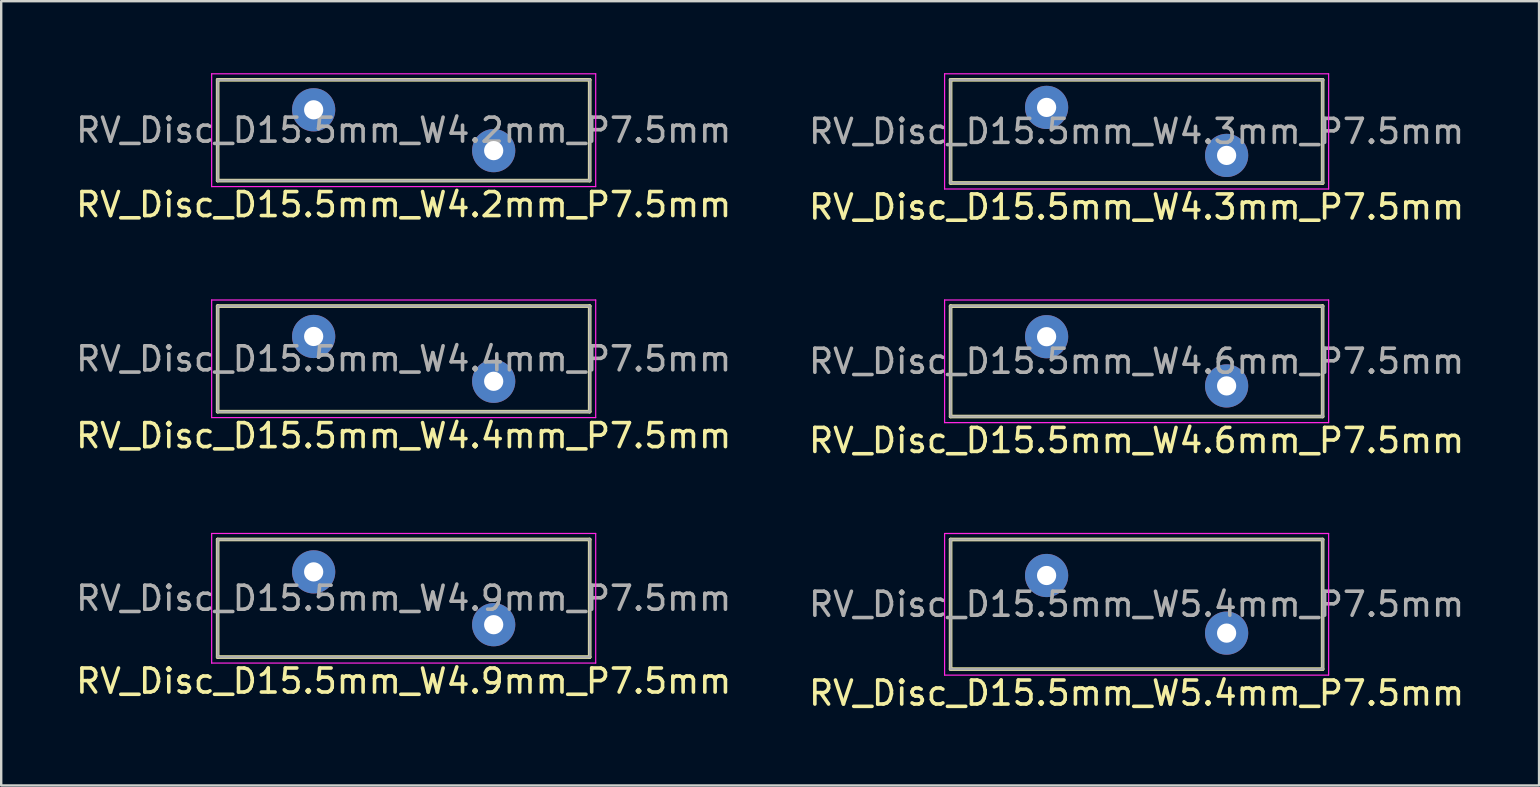
<source format=kicad_pcb>
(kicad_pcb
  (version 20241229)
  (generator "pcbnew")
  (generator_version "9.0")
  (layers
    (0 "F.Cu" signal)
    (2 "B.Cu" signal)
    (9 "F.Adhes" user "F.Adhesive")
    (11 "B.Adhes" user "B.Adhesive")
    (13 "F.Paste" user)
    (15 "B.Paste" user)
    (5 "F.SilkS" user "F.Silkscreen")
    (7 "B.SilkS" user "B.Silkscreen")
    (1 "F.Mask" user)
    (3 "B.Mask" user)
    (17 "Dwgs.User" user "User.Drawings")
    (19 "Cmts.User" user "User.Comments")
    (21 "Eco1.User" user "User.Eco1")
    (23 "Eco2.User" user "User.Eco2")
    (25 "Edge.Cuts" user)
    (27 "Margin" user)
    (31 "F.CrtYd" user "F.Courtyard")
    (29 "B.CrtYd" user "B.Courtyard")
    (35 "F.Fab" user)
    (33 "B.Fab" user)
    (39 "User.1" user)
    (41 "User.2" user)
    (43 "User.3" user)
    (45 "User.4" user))
  (footprint "RV_Disc_D15.5mm_W4.3mm_P7.5mm"
    (layer "F.Cu")
    (at 40.554 1.425)
    (property "Reference" "RV_Disc_D15.5mm_W4.3mm_P7.5mm" (at 3.75 4.15 0) (layer "F.SilkS") (effects (font (size 1 1) (thickness 0.15))))
    (attr through_hole)
    (fp_line (start -4 -1.15) (end -4 3.15) (stroke (width 0.15) (type solid)) (layer "F.SilkS"))
    (fp_line (start -4 -1.15) (end 11.5 -1.15) (stroke (width 0.15) (type solid)) (layer "F.SilkS"))
    (fp_line (start -4 3.15) (end 11.5 3.15) (stroke (width 0.15) (type solid)) (layer "F.SilkS"))
    (fp_line (start 11.5 -1.15) (end 11.5 3.15) (stroke (width 0.15) (type solid)) (layer "F.SilkS"))
    (fp_line (start -4.25 -1.4) (end -4.25 3.4) (stroke (width 0.05) (type solid)) (layer "F.CrtYd"))
    (fp_line (start -4.25 -1.4) (end 11.75 -1.4) (stroke (width 0.05) (type solid)) (layer "F.CrtYd"))
    (fp_line (start -4.25 3.4) (end 11.75 3.4) (stroke (width 0.05) (type solid)) (layer "F.CrtYd"))
    (fp_line (start 11.75 -1.4) (end 11.75 3.4) (stroke (width 0.05) (type solid)) (layer "F.CrtYd"))
    (fp_line (start -4 -1.15) (end -4 3.15) (stroke (width 0.1) (type solid)) (layer "F.Fab"))
    (fp_line (start -4 -1.15) (end 11.5 -1.15) (stroke (width 0.1) (type solid)) (layer "F.Fab"))
    (fp_line (start -4 3.15) (end 11.5 3.15) (stroke (width 0.1) (type solid)) (layer "F.Fab"))
    (fp_line (start 11.5 -1.15) (end 11.5 3.15) (stroke (width 0.1) (type solid)) (layer "F.Fab"))
    (fp_text user "${REFERENCE}" (at 3.75 1 0) (layer "F.Fab") (effects (font (size 1 1) (thickness 0.15))))
    (pad "1" thru_hole circle (at 0 0) (size 1.8 1.8) (drill 0.8) (layers "*.Cu" "*.Mask"))
    (pad "2" thru_hole circle (at 7.5 2) (size 1.8 1.8) (drill 0.8) (layers "*.Cu" "*.Mask")))
  (footprint "RV_Disc_D15.5mm_W4.9mm_P7.5mm"
    (layer "F.Cu")
    (at 10.018 20.776)
    (property "Reference" "RV_Disc_D15.5mm_W4.9mm_P7.5mm" (at 3.75 4.55 0) (layer "F.SilkS") (effects (font (size 1 1) (thickness 0.15))))
    (attr through_hole)
    (fp_line (start -4 -1.35) (end -4 3.55) (stroke (width 0.15) (type solid)) (layer "F.SilkS"))
    (fp_line (start -4 -1.35) (end 11.5 -1.35) (stroke (width 0.15) (type solid)) (layer "F.SilkS"))
    (fp_line (start -4 3.55) (end 11.5 3.55) (stroke (width 0.15) (type solid)) (layer "F.SilkS"))
    (fp_line (start 11.5 -1.35) (end 11.5 3.55) (stroke (width 0.15) (type solid)) (layer "F.SilkS"))
    (fp_line (start -4.25 -1.6) (end -4.25 3.8) (stroke (width 0.05) (type solid)) (layer "F.CrtYd"))
    (fp_line (start -4.25 -1.6) (end 11.75 -1.6) (stroke (width 0.05) (type solid)) (layer "F.CrtYd"))
    (fp_line (start -4.25 3.8) (end 11.75 3.8) (stroke (width 0.05) (type solid)) (layer "F.CrtYd"))
    (fp_line (start 11.75 -1.6) (end 11.75 3.8) (stroke (width 0.05) (type solid)) (layer "F.CrtYd"))
    (fp_line (start -4 -1.35) (end -4 3.55) (stroke (width 0.1) (type solid)) (layer "F.Fab"))
    (fp_line (start -4 -1.35) (end 11.5 -1.35) (stroke (width 0.1) (type solid)) (layer "F.Fab"))
    (fp_line (start -4 3.55) (end 11.5 3.55) (stroke (width 0.1) (type solid)) (layer "F.Fab"))
    (fp_line (start 11.5 -1.35) (end 11.5 3.55) (stroke (width 0.1) (type solid)) (layer "F.Fab"))
    (fp_text user "${REFERENCE}" (at 3.75 1.1 0) (layer "F.Fab") (effects (font (size 1 1) (thickness 0.15))))
    (pad "1" thru_hole circle (at 0 0) (size 1.8 1.8) (drill 0.8) (layers "*.Cu" "*.Mask"))
    (pad "2" thru_hole circle (at 7.5 2.2) (size 1.8 1.8) (drill 0.8) (layers "*.Cu" "*.Mask")))
  (footprint "RV_Disc_D15.5mm_W5.4mm_P7.5mm"
    (layer "F.Cu")
    (at 40.554 20.927)
    (property "Reference" "RV_Disc_D15.5mm_W5.4mm_P7.5mm" (at 3.75 4.9 0) (layer "F.SilkS") (effects (font (size 1 1) (thickness 0.15))))
    (attr through_hole)
    (fp_line (start -4 -1.5) (end -4 3.9) (stroke (width 0.15) (type solid)) (layer "F.SilkS"))
    (fp_line (start -4 -1.5) (end 11.5 -1.5) (stroke (width 0.15) (type solid)) (layer "F.SilkS"))
    (fp_line (start -4 3.9) (end 11.5 3.9) (stroke (width 0.15) (type solid)) (layer "F.SilkS"))
    (fp_line (start 11.5 -1.5) (end 11.5 3.9) (stroke (width 0.15) (type solid)) (layer "F.SilkS"))
    (fp_line (start -4.25 -1.75) (end -4.25 4.15) (stroke (width 0.05) (type solid)) (layer "F.CrtYd"))
    (fp_line (start -4.25 -1.75) (end 11.75 -1.75) (stroke (width 0.05) (type solid)) (layer "F.CrtYd"))
    (fp_line (start -4.25 4.15) (end 11.75 4.15) (stroke (width 0.05) (type solid)) (layer "F.CrtYd"))
    (fp_line (start 11.75 -1.75) (end 11.75 4.15) (stroke (width 0.05) (type solid)) (layer "F.CrtYd"))
    (fp_line (start -4 -1.5) (end -4 3.9) (stroke (width 0.1) (type solid)) (layer "F.Fab"))
    (fp_line (start -4 -1.5) (end 11.5 -1.5) (stroke (width 0.1) (type solid)) (layer "F.Fab"))
    (fp_line (start -4 3.9) (end 11.5 3.9) (stroke (width 0.1) (type solid)) (layer "F.Fab"))
    (fp_line (start 11.5 -1.5) (end 11.5 3.9) (stroke (width 0.1) (type solid)) (layer "F.Fab"))
    (fp_text user "${REFERENCE}" (at 3.75 1.2 0) (layer "F.Fab") (effects (font (size 1 1) (thickness 0.15))))
    (pad "1" thru_hole circle (at 0 0) (size 1.8 1.8) (drill 0.8) (layers "*.Cu" "*.Mask"))
    (pad "2" thru_hole circle (at 7.5 2.4) (size 1.8 1.8) (drill 0.8) (layers "*.Cu" "*.Mask")))
  (footprint "RV_Disc_D15.5mm_W4.2mm_P7.5mm"
    (layer "F.Cu")
    (at 10.018 1.525)
    (property "Reference" "RV_Disc_D15.5mm_W4.2mm_P7.5mm" (at 3.75 3.95 0) (layer "F.SilkS") (effects (font (size 1 1) (thickness 0.15))))
    (attr through_hole)
    (fp_line (start -4 -1.25) (end -4 2.95) (stroke (width 0.15) (type solid)) (layer "F.SilkS"))
    (fp_line (start -4 -1.25) (end 11.5 -1.25) (stroke (width 0.15) (type solid)) (layer "F.SilkS"))
    (fp_line (start -4 2.95) (end 11.5 2.95) (stroke (width 0.15) (type solid)) (layer "F.SilkS"))
    (fp_line (start 11.5 -1.25) (end 11.5 2.95) (stroke (width 0.15) (type solid)) (layer "F.SilkS"))
    (fp_line (start -4.25 -1.5) (end -4.25 3.2) (stroke (width 0.05) (type solid)) (layer "F.CrtYd"))
    (fp_line (start -4.25 -1.5) (end 11.75 -1.5) (stroke (width 0.05) (type solid)) (layer "F.CrtYd"))
    (fp_line (start -4.25 3.2) (end 11.75 3.2) (stroke (width 0.05) (type solid)) (layer "F.CrtYd"))
    (fp_line (start 11.75 -1.5) (end 11.75 3.2) (stroke (width 0.05) (type solid)) (layer "F.CrtYd"))
    (fp_line (start -4 -1.25) (end -4 2.95) (stroke (width 0.1) (type solid)) (layer "F.Fab"))
    (fp_line (start -4 -1.25) (end 11.5 -1.25) (stroke (width 0.1) (type solid)) (layer "F.Fab"))
    (fp_line (start -4 2.95) (end 11.5 2.95) (stroke (width 0.1) (type solid)) (layer "F.Fab"))
    (fp_line (start 11.5 -1.25) (end 11.5 2.95) (stroke (width 0.1) (type solid)) (layer "F.Fab"))
    (fp_text user "${REFERENCE}" (at 3.75 0.85 0) (layer "F.Fab") (effects (font (size 1 1) (thickness 0.15))))
    (pad "1" thru_hole circle (at 0 0) (size 1.8 1.8) (drill 0.8) (layers "*.Cu" "*.Mask"))
    (pad "2" thru_hole circle (at 7.5 1.7) (size 1.8 1.8) (drill 0.8) (layers "*.Cu" "*.Mask")))
  (footprint "RV_Disc_D15.5mm_W4.4mm_P7.5mm"
    (layer "F.Cu")
    (at 10.018 10.968)
    (property "Reference" "RV_Disc_D15.5mm_W4.4mm_P7.5mm" (at 3.75 4.133 0) (layer "F.SilkS") (effects (font (size 1 1) (thickness 0.15))))
    (attr through_hole)
    (fp_line (start -4 -1.267) (end -4 3.133) (stroke (width 0.15) (type solid)) (layer "F.SilkS"))
    (fp_line (start -4 -1.267) (end 11.5 -1.267) (stroke (width 0.15) (type solid)) (layer "F.SilkS"))
    (fp_line (start -4 3.133) (end 11.5 3.133) (stroke (width 0.15) (type solid)) (layer "F.SilkS"))
    (fp_line (start 11.5 -1.267) (end 11.5 3.133) (stroke (width 0.15) (type solid)) (layer "F.SilkS"))
    (fp_line (start -4.25 -1.52) (end -4.25 3.38) (stroke (width 0.05) (type solid)) (layer "F.CrtYd"))
    (fp_line (start -4.25 -1.52) (end 11.75 -1.52) (stroke (width 0.05) (type solid)) (layer "F.CrtYd"))
    (fp_line (start -4.25 3.38) (end 11.75 3.38) (stroke (width 0.05) (type solid)) (layer "F.CrtYd"))
    (fp_line (start 11.75 -1.52) (end 11.75 3.38) (stroke (width 0.05) (type solid)) (layer "F.CrtYd"))
    (fp_line (start -4 -1.267) (end -4 3.133) (stroke (width 0.1) (type solid)) (layer "F.Fab"))
    (fp_line (start -4 -1.267) (end 11.5 -1.267) (stroke (width 0.1) (type solid)) (layer "F.Fab"))
    (fp_line (start -4 3.133) (end 11.5 3.133) (stroke (width 0.1) (type solid)) (layer "F.Fab"))
    (fp_line (start 11.5 -1.267) (end 11.5 3.133) (stroke (width 0.1) (type solid)) (layer "F.Fab"))
    (fp_text user "${REFERENCE}" (at 3.75 0.933 0) (layer "F.Fab") (effects (font (size 1 1) (thickness 0.15))))
    (pad "1" thru_hole circle (at 0 0) (size 1.8 1.8) (drill 0.8) (layers "*.Cu" "*.Mask"))
    (pad "2" thru_hole circle (at 7.5 1.867) (size 1.8 1.8) (drill 0.8) (layers "*.Cu" "*.Mask")))
  (footprint "RV_Disc_D15.5mm_W4.6mm_P7.5mm"
    (layer "F.Cu")
    (at 40.554 10.978)
    (property "Reference" "RV_Disc_D15.5mm_W4.6mm_P7.5mm" (at 3.75 4.325 0) (layer "F.SilkS") (effects (font (size 1 1) (thickness 0.15))))
    (attr through_hole)
    (fp_line (start -4 -1.275) (end -4 3.325) (stroke (width 0.15) (type solid)) (layer "F.SilkS"))
    (fp_line (start -4 -1.275) (end 11.5 -1.275) (stroke (width 0.15) (type solid)) (layer "F.SilkS"))
    (fp_line (start -4 3.325) (end 11.5 3.325) (stroke (width 0.15) (type solid)) (layer "F.SilkS"))
    (fp_line (start 11.5 -1.275) (end 11.5 3.325) (stroke (width 0.15) (type solid)) (layer "F.SilkS"))
    (fp_line (start -4.25 -1.53) (end -4.25 3.58) (stroke (width 0.05) (type solid)) (layer "F.CrtYd"))
    (fp_line (start -4.25 -1.53) (end 11.75 -1.53) (stroke (width 0.05) (type solid)) (layer "F.CrtYd"))
    (fp_line (start -4.25 3.58) (end 11.75 3.58) (stroke (width 0.05) (type solid)) (layer "F.CrtYd"))
    (fp_line (start 11.75 -1.53) (end 11.75 3.58) (stroke (width 0.05) (type solid)) (layer "F.CrtYd"))
    (fp_line (start -4 -1.275) (end -4 3.325) (stroke (width 0.1) (type solid)) (layer "F.Fab"))
    (fp_line (start -4 -1.275) (end 11.5 -1.275) (stroke (width 0.1) (type solid)) (layer "F.Fab"))
    (fp_line (start -4 3.325) (end 11.5 3.325) (stroke (width 0.1) (type solid)) (layer "F.Fab"))
    (fp_line (start 11.5 -1.275) (end 11.5 3.325) (stroke (width 0.1) (type solid)) (layer "F.Fab"))
    (fp_text user "${REFERENCE}" (at 3.75 1.025 0) (layer "F.Fab") (effects (font (size 1 1) (thickness 0.15))))
    (pad "1" thru_hole circle (at 0 0) (size 1.8 1.8) (drill 0.8) (layers "*.Cu" "*.Mask"))
    (pad "2" thru_hole circle (at 7.5 2.05) (size 1.8 1.8) (drill 0.8) (layers "*.Cu" "*.Mask")))
  (gr_rect
    (start -3 -3)
    (end 61.071 29.675)
    (stroke (width 0.1) (type default))
    (fill no)
    (layer "Edge.Cuts")))
</source>
